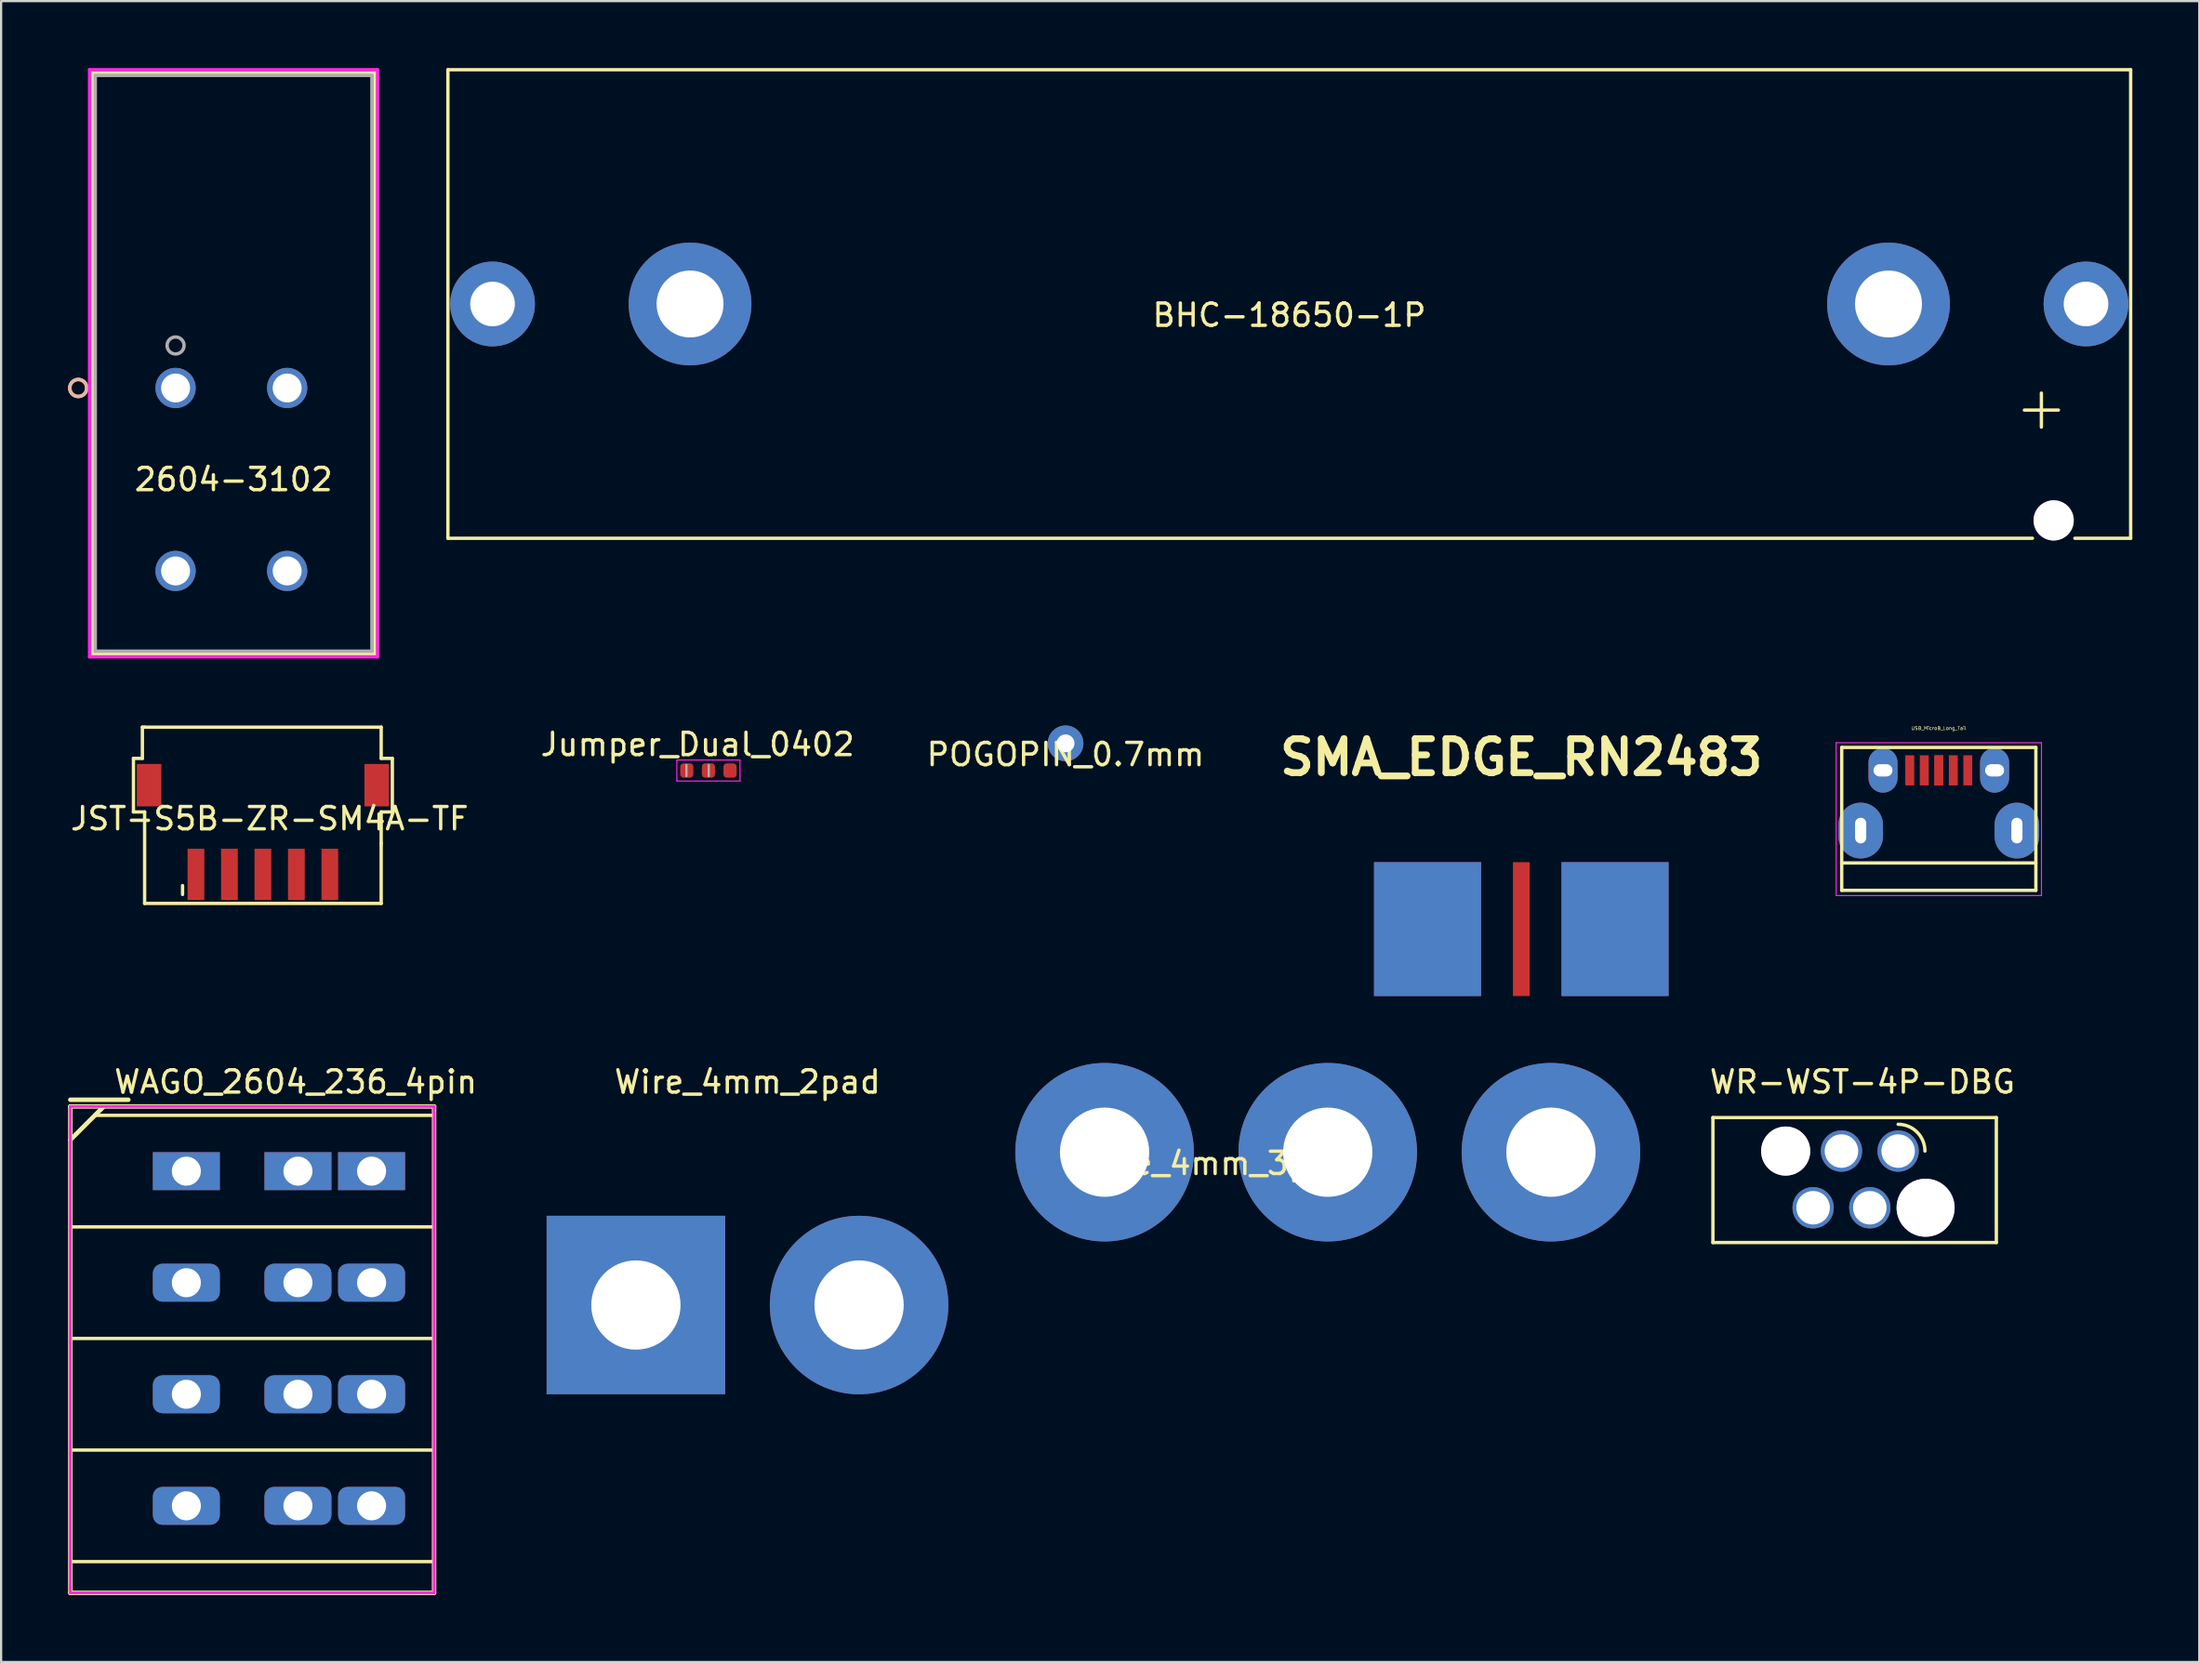
<source format=kicad_pcb>
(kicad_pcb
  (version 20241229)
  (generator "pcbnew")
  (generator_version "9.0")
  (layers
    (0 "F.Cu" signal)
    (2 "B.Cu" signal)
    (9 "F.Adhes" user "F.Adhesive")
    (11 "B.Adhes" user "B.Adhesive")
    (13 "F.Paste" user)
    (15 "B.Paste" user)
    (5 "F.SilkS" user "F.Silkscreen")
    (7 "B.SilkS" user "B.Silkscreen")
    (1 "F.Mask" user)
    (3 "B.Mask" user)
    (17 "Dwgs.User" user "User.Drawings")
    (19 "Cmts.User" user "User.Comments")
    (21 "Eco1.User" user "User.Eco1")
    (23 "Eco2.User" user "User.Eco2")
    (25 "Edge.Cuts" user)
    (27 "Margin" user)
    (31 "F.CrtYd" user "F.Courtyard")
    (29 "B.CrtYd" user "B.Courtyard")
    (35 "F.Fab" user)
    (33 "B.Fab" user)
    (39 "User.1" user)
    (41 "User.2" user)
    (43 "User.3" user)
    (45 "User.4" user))
  (footprint "POGOPIN_0.7mm"
    (layer "F.Cu")
    (at 44.696 30.267)
    (property "Reference" "POGOPIN_0.7mm" (at 0 0.5 0) (layer "F.SilkS") (effects (font (size 1 1) (thickness 0.15))))
    (attr through_hole)
    (pad "1" thru_hole circle (at 0 0) (size 1.6 1.6) (drill 0.8) (layers "*.Cu" "*.Mask")))
  (footprint "Jumper_Dual_0402"
    (layer "F.Cu")
    (at 28.683 31.485)
    (property "Reference" "Jumper_Dual_0402" (at -0.475 -1.17 0) (layer "F.SilkS") (effects (font (size 1 1) (thickness 0.15))))
    (attr smd)
    (fp_line (start -1.405 -0.47) (end 1.425 -0.47) (stroke (width 0.05) (type solid)) (layer "F.CrtYd"))
    (fp_line (start -1.405 0.47) (end -1.405 -0.47) (stroke (width 0.05) (type solid)) (layer "F.CrtYd"))
    (fp_line (start 1.425 -0.47) (end 1.425 0.47) (stroke (width 0.05) (type solid)) (layer "F.CrtYd"))
    (fp_line (start 1.425 0.47) (end -1.405 0.47) (stroke (width 0.05) (type solid)) (layer "F.CrtYd"))
    (fp_line (start -0.975 0.25) (end -0.975 -0.25) (stroke (width 0.1) (type solid)) (layer "F.Fab"))
    (fp_line (start 0.025 -0.25) (end 0.025 0.25) (stroke (width 0.1) (type solid)) (layer "F.Fab"))
    (pad "1" smd roundrect (at -0.96 0) (size 0.59 0.64) (layers "F.Cu" "F.Mask" "F.Paste") (roundrect_rratio 0.25))
    (pad "2" smd roundrect (at 0.01 0) (size 0.59 0.64) (layers "F.Cu" "F.Mask" "F.Paste") (roundrect_rratio 0.25))
    (pad "3" smd roundrect (at 0.98 0) (size 0.59 0.64) (layers "F.Cu" "F.Mask" "F.Paste") (roundrect_rratio 0.25)))
  (footprint "WR-WST-4P-DBG"
    (layer "F.Cu")
    (at 80.002 49.842)
    (property "Reference" "WR-WST-4P-DBG" (at 0.4 -4.4 0) (layer "F.SilkS") (effects (font (size 1 1) (thickness 0.15))))
    (attr through_hole)
    (fp_line (start -6.3 -2.8) (end -6.3 2.8) (stroke (width 0.15) (type solid)) (layer "F.SilkS"))
    (fp_line (start 6.4 -2.8) (end -6.3 -2.8) (stroke (width 0.15) (type solid)) (layer "F.SilkS"))
    (fp_line (start 6.4 -2.8) (end 6.4 2.8) (stroke (width 0.15) (type solid)) (layer "F.SilkS"))
    (fp_line (start 6.4 2.8) (end -6.3 2.8) (stroke (width 0.15) (type solid)) (layer "F.SilkS"))
    (fp_arc (start 2 -2.5) (mid 2.848528 -2.148528) (end 3.2 -1.3) (stroke (width 0.15) (type solid)) (layer "F.SilkS"))
    (pad "" thru_hole circle (at -3.04 -1.3) (size 2.2 2.2) (drill 2.2) (layers "*.Cu" "*.Mask"))
    (pad "" thru_hole circle (at 3.23 1.24) (size 2.6 2.6) (drill 2.6) (layers "*.Cu" "*.Mask"))
    (pad "1" thru_hole circle (at 2 -1.3) (size 1.85 1.85) (drill 1.5) (layers "*.Cu" "*.Mask"))
    (pad "2" thru_hole circle (at -0.54 -1.3) (size 1.85 1.85) (drill 1.5) (layers "*.Cu" "*.Mask"))
    (pad "3" thru_hole circle (at 0.73 1.24) (size 1.85 1.85) (drill 1.5) (layers "*.Cu" "*.Mask"))
    (pad "4" thru_hole circle (at -1.81 1.24) (size 1.85 1.85) (drill 1.5) (layers "*.Cu" "*.Mask")))
  (footprint "WAGO_2604_236_4pin"
    (layer "F.Cu")
    (at 5.3 49.442)
    (property "Reference" "WAGO_2604_236_4pin" (at 4.9 -4 0) (layer "F.SilkS") (effects (font (size 1 1) (thickness 0.15))))
    (attr through_hole)
    (fp_line (start -5.2 -3.2) (end -2.6 -3.2) (stroke (width 0.2) (type solid)) (layer "F.SilkS"))
    (fp_line (start -5.2 -2.9) (end -5.2 18.9) (stroke (width 0.2) (type solid)) (layer "F.SilkS"))
    (fp_line (start -5.2 -2.9) (end 11.1 -2.9) (stroke (width 0.2) (type solid)) (layer "F.SilkS"))
    (fp_line (start -5.2 2.5) (end 11.1 2.5) (stroke (width 0.15) (type solid)) (layer "F.SilkS"))
    (fp_line (start -5.2 7.5) (end 11.1 7.5) (stroke (width 0.15) (type solid)) (layer "F.SilkS"))
    (fp_line (start -5.2 12.5) (end 11.1 12.5) (stroke (width 0.15) (type solid)) (layer "F.SilkS"))
    (fp_line (start -5.2 17.5) (end 11.1 17.5) (stroke (width 0.15) (type solid)) (layer "F.SilkS"))
    (fp_line (start -5.2 18.9) (end 11.1 18.9) (stroke (width 0.2) (type solid)) (layer "F.SilkS"))
    (fp_line (start -4.1 -2.5) (end 11.1 -2.5) (stroke (width 0.15) (type solid)) (layer "F.SilkS"))
    (fp_line (start -3.7 -2.9) (end -5.2 -1.4) (stroke (width 0.2) (type solid)) (layer "F.SilkS"))
    (fp_line (start 11.1 -2.9) (end 11.1 18.9) (stroke (width 0.2) (type solid)) (layer "F.SilkS"))
    (fp_line (start -5.2 -2.9) (end 11.1 -2.9) (stroke (width 0.12) (type solid)) (layer "F.CrtYd"))
    (fp_line (start -5.2 18.9) (end -5.2 -2.9) (stroke (width 0.12) (type solid)) (layer "F.CrtYd"))
    (fp_line (start 11.1 -2.9) (end 11.1 18.9) (stroke (width 0.12) (type solid)) (layer "F.CrtYd"))
    (fp_line (start 11.1 18.9) (end -5.2 18.9) (stroke (width 0.12) (type solid)) (layer "F.CrtYd"))
    (pad "1" thru_hole rect (at 0 0 90) (size 1.7 3) (drill 1.3) (layers "*.Cu" "*.Mask"))
    (pad "1" thru_hole rect (at 5 0 90) (size 1.7 3) (drill 1.3) (layers "*.Cu" "*.Mask"))
    (pad "1" thru_hole rect (at 8.3 0 90) (size 1.7 3) (drill 1.3) (layers "*.Cu" "*.Mask"))
    (pad "2" thru_hole roundrect (at 0 5 90) (size 1.7 3) (drill 1.3) (layers "*.Cu" "*.Mask") (roundrect_rratio 0.25))
    (pad "2" thru_hole roundrect (at 5 5 90) (size 1.7 3) (drill 1.3) (layers "*.Cu" "*.Mask") (roundrect_rratio 0.25))
    (pad "2" thru_hole roundrect (at 8.3 5 90) (size 1.7 3) (drill 1.3) (layers "*.Cu" "*.Mask") (roundrect_rratio 0.25))
    (pad "3" thru_hole roundrect (at 0 10 90) (size 1.7 3) (drill 1.3) (layers "*.Cu" "*.Mask") (roundrect_rratio 0.25))
    (pad "3" thru_hole roundrect (at 5 10 90) (size 1.7 3) (drill 1.3) (layers "*.Cu" "*.Mask") (roundrect_rratio 0.25))
    (pad "3" thru_hole roundrect (at 8.3 10 90) (size 1.7 3) (drill 1.3) (layers "*.Cu" "*.Mask") (roundrect_rratio 0.25))
    (pad "4" thru_hole roundrect (at 0 15 90) (size 1.7 3) (drill 1.3) (layers "*.Cu" "*.Mask") (roundrect_rratio 0.25))
    (pad "4" thru_hole roundrect (at 5 15 90) (size 1.7 3) (drill 1.3) (layers "*.Cu" "*.Mask") (roundrect_rratio 0.25))
    (pad "4" thru_hole roundrect (at 8.3 15 90) (size 1.7 3) (drill 1.3) (layers "*.Cu" "*.Mask") (roundrect_rratio 0.25)))
  (footprint "2604-3102"
    (layer "F.Cu")
    (at 4.817 14.34)
    (property "Reference" "2604-3102" (at 2.6 4.1 0) (layer "F.SilkS") (effects (font (size 1 1) (thickness 0.15))))
    (attr through_hole)
    (fp_line (start -3.725 -14.137) (end -3.725 11.923) (stroke (width 0.152) (type solid)) (layer "F.SilkS"))
    (fp_line (start -3.725 11.923) (end 8.925 11.923) (stroke (width 0.152) (type solid)) (layer "F.SilkS"))
    (fp_line (start 8.925 -14.137) (end -3.725 -14.137) (stroke (width 0.152) (type solid)) (layer "F.SilkS"))
    (fp_line (start 8.925 11.923) (end 8.925 -14.137) (stroke (width 0.152) (type solid)) (layer "F.SilkS"))
    (fp_circle (center -4.36 0) (end -3.979 0) (stroke (width 0.152) (type solid)) (fill no) (layer "F.SilkS"))
    (fp_circle (center -4.36 0) (end -3.979 0) (stroke (width 0.152) (type solid)) (fill no) (layer "B.SilkS"))
    (fp_line (start -3.852 -14.264) (end -3.852 12.05) (stroke (width 0.152) (type solid)) (layer "F.CrtYd"))
    (fp_line (start -3.852 12.05) (end 9.052 12.05) (stroke (width 0.152) (type solid)) (layer "F.CrtYd"))
    (fp_line (start 9.052 -14.264) (end -3.852 -14.264) (stroke (width 0.152) (type solid)) (layer "F.CrtYd"))
    (fp_line (start 9.052 12.05) (end 9.052 -14.264) (stroke (width 0.152) (type solid)) (layer "F.CrtYd"))
    (fp_line (start -3.598 -14.01) (end -3.598 11.796) (stroke (width 0.152) (type solid)) (layer "F.Fab"))
    (fp_line (start -3.598 11.796) (end 8.798 11.796) (stroke (width 0.152) (type solid)) (layer "F.Fab"))
    (fp_line (start 8.798 -14.01) (end -3.598 -14.01) (stroke (width 0.152) (type solid)) (layer "F.Fab"))
    (fp_line (start 8.798 11.796) (end 8.798 -14.01) (stroke (width 0.152) (type solid)) (layer "F.Fab"))
    (fp_circle (center 0 -1.905) (end 0.381 -1.905) (stroke (width 0.152) (type solid)) (fill no) (layer "F.Fab"))
    (fp_text user "*" (at 0 0 0) (layer "F.SilkS") (effects (font (size 1 1) (thickness 0.15))))
    (fp_text user "Copyright 2016 Accelerated Designs. All rights reserved." (at 0 0 0) (layer "Cmts.User") (effects (font (size 0.127 0.127) (thickness 0.002))))
    (fp_text user "*" (at 0 0 0) (layer "F.Fab") (effects (font (size 1 1) (thickness 0.15))))
    (pad "1" thru_hole circle (at 0 0) (size 1.803 1.803) (drill 1.295) (layers "*.Cu" "*.Mask"))
    (pad "2" thru_hole circle (at 0 8.2) (size 1.803 1.803) (drill 1.295) (layers "*.Cu" "*.Mask"))
    (pad "3" thru_hole circle (at 5 0) (size 1.803 1.803) (drill 1.295) (layers "*.Cu" "*.Mask"))
    (pad "4" thru_hole circle (at 5 8.2) (size 1.803 1.803) (drill 1.295) (layers "*.Cu" "*.Mask")))
  (footprint "USB_MicroB_Long_Tail"
    (layer "F.Cu")
    (at 83.824 33.04)
    (property "Reference" "USB_MicroB_Long_Tail" (at 0 -3.45 0) (layer "F.SilkS") (effects (font (size 0.15 0.15) (thickness 0.02))))
    (attr smd)
    (fp_line (start -4.351 -2.588) (end 4.349 -2.588) (stroke (width 0.15) (type solid)) (layer "F.SilkS"))
    (fp_line (start -4.351 3.817) (end -4.351 -2.588) (stroke (width 0.15) (type solid)) (layer "F.SilkS"))
    (fp_line (start -4.351 3.817) (end 4.349 3.817) (stroke (width 0.15) (type solid)) (layer "F.SilkS"))
    (fp_line (start 4.349 -2.588) (end 4.349 3.817) (stroke (width 0.15) (type solid)) (layer "F.SilkS"))
    (fp_line (start 4.349 2.587) (end -4.351 2.587) (stroke (width 0.15) (type solid)) (layer "F.SilkS"))
    (fp_line (start -4.6 -2.8) (end 4.6 -2.8) (stroke (width 0.05) (type solid)) (layer "F.CrtYd"))
    (fp_line (start -4.6 4.05) (end -4.6 -2.8) (stroke (width 0.05) (type solid)) (layer "F.CrtYd"))
    (fp_line (start 4.6 -2.8) (end 4.6 4.05) (stroke (width 0.05) (type solid)) (layer "F.CrtYd"))
    (fp_line (start 4.6 4.05) (end -4.6 4.05) (stroke (width 0.05) (type solid)) (layer "F.CrtYd"))
    (pad "1" smd rect (at -1.301 -1.563 90) (size 1.35 0.4) (layers "F.Cu" "F.Mask" "F.Paste"))
    (pad "2" smd rect (at -0.651 -1.563 90) (size 1.35 0.4) (layers "F.Cu" "F.Mask" "F.Paste"))
    (pad "3" smd rect (at -0.001 -1.563 90) (size 1.35 0.4) (layers "F.Cu" "F.Mask" "F.Paste"))
    (pad "3" smd rect (at -0.001 -1.563 90) (size 1.35 0.4) (layers "F.Cu" "F.Mask" "F.Paste"))
    (pad "4" smd rect (at 0.649 -1.563 90) (size 1.35 0.4) (layers "F.Cu" "F.Mask" "F.Paste"))
    (pad "5" smd rect (at 1.299 -1.563 90) (size 1.35 0.4) (layers "F.Cu" "F.Mask" "F.Paste"))
    (pad "6" thru_hole oval (at -3.501 1.137 90) (size 2.5 2) (drill oval 1.15 0.5) (layers "*.Cu" "*.Mask"))
    (pad "6" thru_hole oval (at -2.501 -1.563 90) (size 2 1.3) (drill oval 0.55 0.85) (layers "*.Cu" "*.Mask"))
    (pad "6" thru_hole oval (at 2.499 -1.563 90) (size 2 1.3) (drill oval 0.55 0.85) (layers "*.Cu" "*.Mask"))
    (pad "6" thru_hole oval (at 3.499 1.137 90) (size 2.5 2) (drill oval 1.15 0.5) (layers "*.Cu" "*.Mask")))
  (footprint "SMA_EDGE_RN2483"
    (layer "F.Cu")
    (at 65.117 39.593)
    (property "Reference" "SMA_EDGE_RN2483" (at 0 -8.7 0) (layer "F.SilkS") (effects (font (size 1.524 1.524) (thickness 0.305))))
    (attr through_hole)
    (pad "1" smd rect (at 0 -1) (size 0.75 6) (layers "F.Cu" "F.Mask" "F.Paste"))
    (pad "2" smd rect (at -4.2 -1) (size 4.8 6) (layers "F.Cu" "F.Mask" "F.Paste"))
    (pad "2" smd rect (at -4.2 -1) (size 4.8 6) (layers "B.Cu" "B.Mask" "B.Paste"))
    (pad "2" smd rect (at 4.2 -1) (size 4.8 6) (layers "F.Cu" "F.Mask" "F.Paste"))
    (pad "2" smd rect (at 4.2 -1) (size 4.8 6) (layers "B.Cu" "B.Mask" "B.Paste")))
  (footprint "Wire_4mm_3pad"
    (layer "F.Cu")
    (at 56.444 48.593)
    (property "Reference" "Wire_4mm_3pad" (at -5 0.5 0) (layer "F.SilkS") (effects (font (size 1 1) (thickness 0.15))))
    (attr through_hole)
    (pad "1" thru_hole circle (at -10 0) (size 8 8) (drill 4) (layers "*.Cu" "*.Mask"))
    (pad "2" thru_hole circle (at 0 0) (size 8 8) (drill 4) (layers "*.Cu" "*.Mask"))
    (pad "3" thru_hole circle (at 10 0) (size 8 8) (drill 4) (layers "*.Cu" "*.Mask")))
  (footprint "Wire_4mm_2pad"
    (layer "F.Cu")
    (at 30.444 55.442)
    (property "Reference" "Wire_4mm_2pad" (at 0 -10 0) (layer "F.SilkS") (effects (font (size 1 1) (thickness 0.15))))
    (attr through_hole)
    (pad "1" thru_hole rect (at -5 0) (size 8 8) (drill 4) (layers "*.Cu" "*.Mask"))
    (pad "2" thru_hole circle (at 5 0) (size 8 8) (drill 4) (layers "*.Cu" "*.Mask")))
  (footprint "JST-S5B-ZR-SM4A-TF"
    (layer "F.Cu")
    (at 8.73 36.142)
    (property "Reference" "JST-S5B-ZR-SM4A-TF" (at 0.3 -2.5 0) (layer "F.SilkS") (effects (font (size 1 1) (thickness 0.15))))
    (attr through_hole)
    (fp_line (start -5.8 -5.2) (end -5.4 -5.2) (stroke (width 0.15) (type solid)) (layer "F.SilkS"))
    (fp_line (start -5.8 -2.8) (end -5.8 -5.2) (stroke (width 0.15) (type solid)) (layer "F.SilkS"))
    (fp_line (start -5.4 -6.6) (end -5.3 -6.6) (stroke (width 0.15) (type solid)) (layer "F.SilkS"))
    (fp_line (start -5.4 -5.2) (end -5.4 -6.6) (stroke (width 0.15) (type solid)) (layer "F.SilkS"))
    (fp_line (start -5.3 -6.6) (end 5.3 -6.6) (stroke (width 0.15) (type solid)) (layer "F.SilkS"))
    (fp_line (start -5.3 -2.8) (end -5.8 -2.8) (stroke (width 0.15) (type solid)) (layer "F.SilkS"))
    (fp_line (start -5.3 1.3) (end -5.3 -2.8) (stroke (width 0.15) (type solid)) (layer "F.SilkS"))
    (fp_line (start -5.3 1.3) (end 5.3 1.3) (stroke (width 0.15) (type solid)) (layer "F.SilkS"))
    (fp_line (start -3.6 0.5) (end -3.6 0.9) (stroke (width 0.15) (type solid)) (layer "F.SilkS"))
    (fp_line (start 5.3 -5.2) (end 5.3 -6.6) (stroke (width 0.15) (type solid)) (layer "F.SilkS"))
    (fp_line (start 5.3 -2.8) (end 5.8 -2.8) (stroke (width 0.15) (type solid)) (layer "F.SilkS"))
    (fp_line (start 5.3 -1.4) (end 5.3 -2.8) (stroke (width 0.15) (type solid)) (layer "F.SilkS"))
    (fp_line (start 5.3 1.3) (end 5.3 -1.4) (stroke (width 0.15) (type solid)) (layer "F.SilkS"))
    (fp_line (start 5.8 -5.2) (end 5.3 -5.2) (stroke (width 0.15) (type solid)) (layer "F.SilkS"))
    (fp_line (start 5.8 -2.8) (end 5.8 -5.2) (stroke (width 0.15) (type solid)) (layer "F.SilkS"))
    (pad "" smd rect (at -5.1 -4) (size 1.1 1.9) (layers "F.Cu" "F.Mask" "F.Paste"))
    (pad "" smd rect (at 5.1 -4) (size 1.1 1.9) (layers "F.Cu" "F.Mask" "F.Paste"))
    (pad "1" smd rect (at -3 0) (size 0.75 2.3) (layers "F.Cu" "F.Mask" "F.Paste"))
    (pad "2" smd rect (at -1.5 0) (size 0.75 2.3) (layers "F.Cu" "F.Mask" "F.Paste"))
    (pad "3" smd rect (at 0 0) (size 0.75 2.3) (layers "F.Cu" "F.Mask" "F.Paste"))
    (pad "4" smd rect (at 1.5 0) (size 0.75 2.3) (layers "F.Cu" "F.Mask" "F.Paste"))
    (pad "5" smd rect (at 3 0) (size 0.75 2.3) (layers "F.Cu" "F.Mask" "F.Paste")))
  (footprint "BHC-18650-1P"
    (layer "F.Cu")
    (at 54.72 10.575)
    (property "Reference" "BHC-18650-1P" (at 0 0.5 0) (layer "F.SilkS") (effects (font (size 1 1) (thickness 0.15))))
    (attr through_hole)
    (fp_line (start -37.7 -10.5) (end 37.7 -10.5) (stroke (width 0.15) (type solid)) (layer "F.SilkS"))
    (fp_line (start -37.7 10.5) (end -37.7 -10.5) (stroke (width 0.15) (type solid)) (layer "F.SilkS"))
    (fp_line (start -37.7 10.5) (end 33.3 10.5) (stroke (width 0.15) (type solid)) (layer "F.SilkS"))
    (fp_line (start 37.7 10.5) (end 35.2 10.5) (stroke (width 0.15) (type solid)) (layer "F.SilkS"))
    (fp_line (start 37.7 10.5) (end 37.7 -10.5) (stroke (width 0.15) (type solid)) (layer "F.SilkS"))
    (fp_text user "+" (at 33.7 4.6 0) (layer "F.SilkS") (effects (font (size 2 2) (thickness 0.15))))
    (pad "" thru_hole circle (at -26.85 0) (size 5.5 5.5) (drill 3) (layers "*.Cu" "*.Mask"))
    (pad "" thru_hole circle (at 26.85 0) (size 5.5 5.5) (drill 3) (layers "*.Cu" "*.Mask"))
    (pad "" thru_hole circle (at 34.25 9.7) (size 1.8 1.8) (drill 1.8) (layers "*.Cu" "*.Mask"))
    (pad "1" thru_hole circle (at 35.7 0) (size 3.8 3.8) (drill 2) (layers "*.Cu" "*.Mask"))
    (pad "2" thru_hole circle (at -35.7 0) (size 3.8 3.8) (drill 2) (layers "*.Cu" "*.Mask")))
  (gr_rect
    (start -3 -3)
    (end 95.495 71.442)
    (stroke (width 0.1) (type default))
    (fill no)
    (layer "Edge.Cuts")))
</source>
